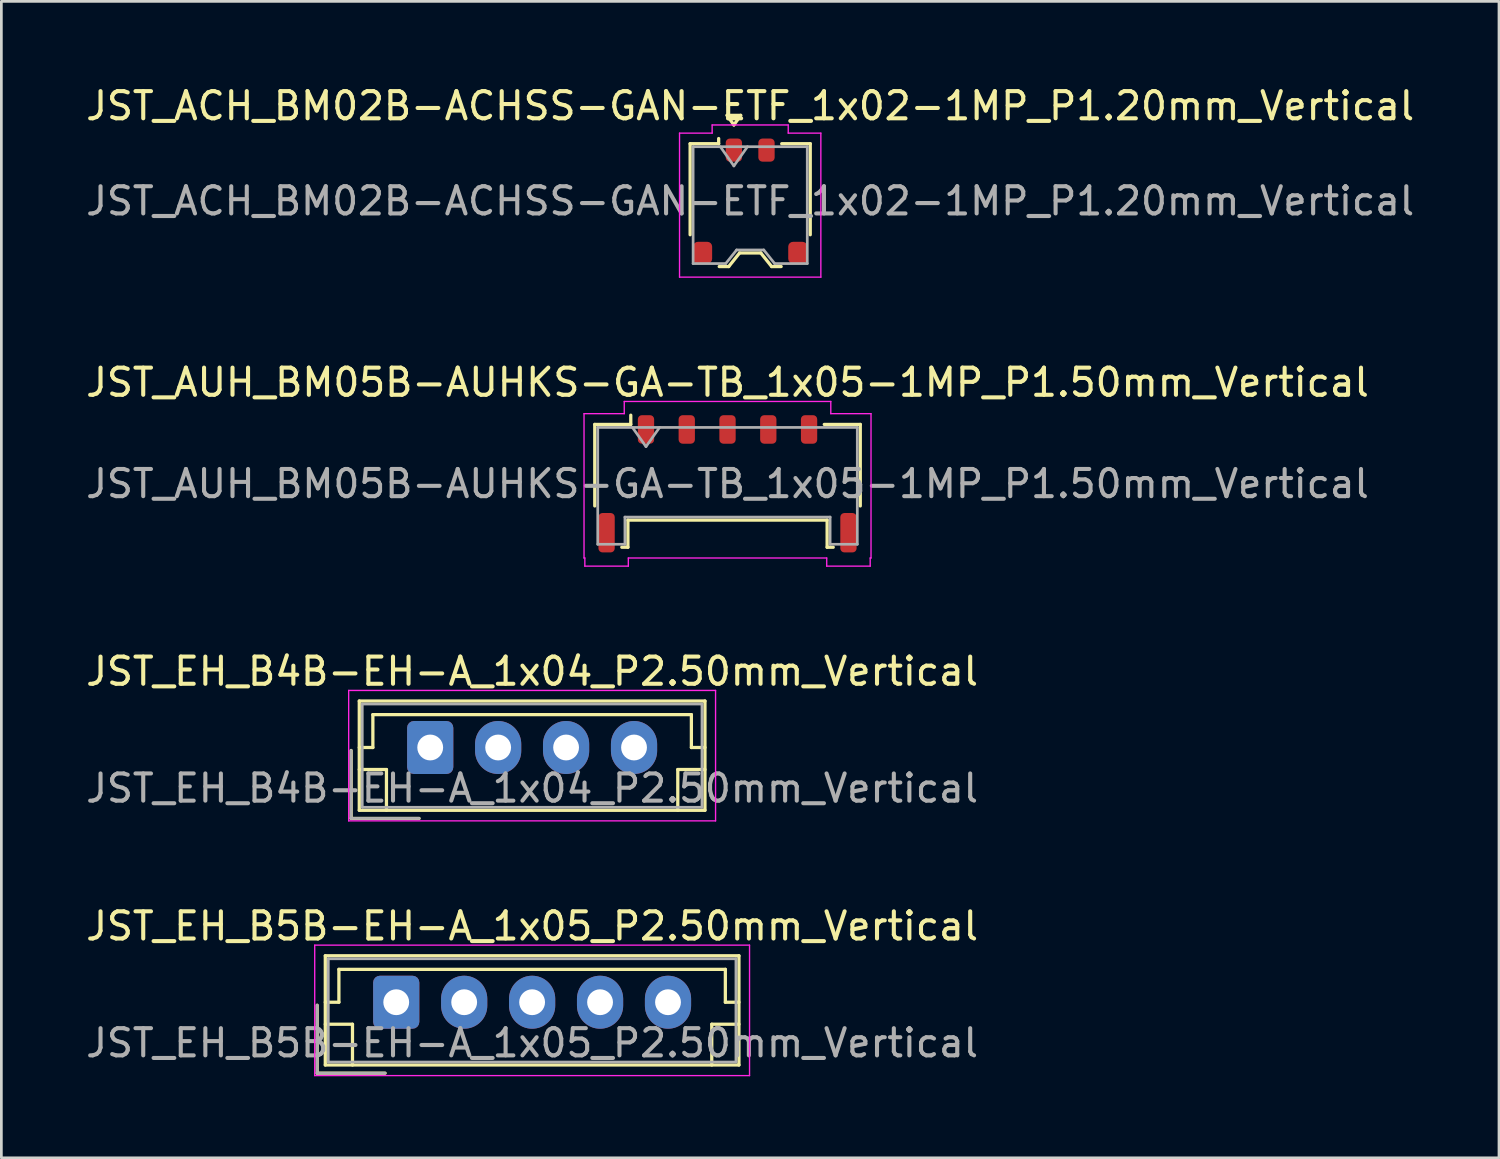
<source format=kicad_pcb>
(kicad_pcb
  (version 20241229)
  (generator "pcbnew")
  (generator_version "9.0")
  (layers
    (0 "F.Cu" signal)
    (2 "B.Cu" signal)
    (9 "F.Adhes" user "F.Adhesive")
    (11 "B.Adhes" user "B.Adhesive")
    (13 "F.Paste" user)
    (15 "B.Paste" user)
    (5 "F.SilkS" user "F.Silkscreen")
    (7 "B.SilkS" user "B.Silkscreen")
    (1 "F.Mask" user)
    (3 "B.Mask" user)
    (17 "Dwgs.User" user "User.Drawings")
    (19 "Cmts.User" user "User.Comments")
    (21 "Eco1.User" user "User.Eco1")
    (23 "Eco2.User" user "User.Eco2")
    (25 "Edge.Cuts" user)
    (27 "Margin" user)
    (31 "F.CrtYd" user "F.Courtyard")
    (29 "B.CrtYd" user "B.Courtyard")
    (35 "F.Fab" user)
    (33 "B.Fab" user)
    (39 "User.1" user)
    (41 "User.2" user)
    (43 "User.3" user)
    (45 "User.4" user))
  (footprint "JST_ACH_BM02B-ACHSS-GAN-ETF_1x02-1MP_P1.20mm_Vertical"
    (layer "F.Cu")
    (at 24.554 4.348)
    (property "Reference" "JST_ACH_BM02B-ACHSS-GAN-ETF_1x02-1MP_P1.20mm_Vertical" (at 0 -3.5 0) (layer "F.SilkS") (effects (font (size 1 1) (thickness 0.15))))
    (attr smd)
    (fp_line (start -2.21 -2.11) (end -1.16 -2.11) (stroke (width 0.12) (type solid)) (layer "F.SilkS"))
    (fp_line (start -2.21 1.24) (end -2.21 -2.11) (stroke (width 0.12) (type solid)) (layer "F.SilkS"))
    (fp_line (start -1.16 -2.11) (end -1.16 -2.3) (stroke (width 0.12) (type solid)) (layer "F.SilkS"))
    (fp_line (start -1.14 2.41) (end -0.79 2.41) (stroke (width 0.12) (type solid)) (layer "F.SilkS"))
    (fp_line (start -0.85 -3.154) (end -0.6 -2.8) (stroke (width 0.12) (type solid)) (layer "F.SilkS"))
    (fp_line (start -0.79 2.41) (end -0.39 1.91) (stroke (width 0.12) (type solid)) (layer "F.SilkS"))
    (fp_line (start -0.6 -2.8) (end -0.35 -3.154) (stroke (width 0.12) (type solid)) (layer "F.SilkS"))
    (fp_line (start -0.39 1.91) (end 0.39 1.91) (stroke (width 0.12) (type solid)) (layer "F.SilkS"))
    (fp_line (start -0.35 -3.154) (end -0.85 -3.154) (stroke (width 0.12) (type solid)) (layer "F.SilkS"))
    (fp_line (start 0.39 1.91) (end 0.79 2.41) (stroke (width 0.12) (type solid)) (layer "F.SilkS"))
    (fp_line (start 0.79 2.41) (end 1.14 2.41) (stroke (width 0.12) (type solid)) (layer "F.SilkS"))
    (fp_line (start 2.21 -2.11) (end 1.16 -2.11) (stroke (width 0.12) (type solid)) (layer "F.SilkS"))
    (fp_line (start 2.21 1.24) (end 2.21 -2.11) (stroke (width 0.12) (type solid)) (layer "F.SilkS"))
    (fp_line (start -2.6 -2.5) (end -1.4 -2.5) (stroke (width 0.05) (type solid)) (layer "F.CrtYd"))
    (fp_line (start -2.6 2.8) (end -2.6 -2.5) (stroke (width 0.05) (type solid)) (layer "F.CrtYd"))
    (fp_line (start -1.4 -2.8) (end 1.4 -2.8) (stroke (width 0.05) (type solid)) (layer "F.CrtYd"))
    (fp_line (start -1.4 -2.5) (end -1.4 -2.8) (stroke (width 0.05) (type solid)) (layer "F.CrtYd"))
    (fp_line (start 1.4 -2.8) (end 1.4 -2.5) (stroke (width 0.05) (type solid)) (layer "F.CrtYd"))
    (fp_line (start 1.4 -2.5) (end 2.6 -2.5) (stroke (width 0.05) (type solid)) (layer "F.CrtYd"))
    (fp_line (start 2.6 -2.5) (end 2.6 2.8) (stroke (width 0.05) (type solid)) (layer "F.CrtYd"))
    (fp_line (start 2.6 2.8) (end -2.6 2.8) (stroke (width 0.05) (type solid)) (layer "F.CrtYd"))
    (fp_line (start -2.1 -2) (end -2.1 2.3) (stroke (width 0.1) (type solid)) (layer "F.Fab"))
    (fp_line (start -2.1 -2) (end 2.1 -2) (stroke (width 0.1) (type solid)) (layer "F.Fab"))
    (fp_line (start -2.1 2.3) (end -0.9 2.3) (stroke (width 0.1) (type solid)) (layer "F.Fab"))
    (fp_line (start -1.1 -2) (end -0.6 -1.293) (stroke (width 0.1) (type solid)) (layer "F.Fab"))
    (fp_line (start -0.9 2.3) (end -0.5 1.8) (stroke (width 0.1) (type solid)) (layer "F.Fab"))
    (fp_line (start -0.6 -1.293) (end -0.1 -2) (stroke (width 0.1) (type solid)) (layer "F.Fab"))
    (fp_line (start -0.5 1.8) (end 0.5 1.8) (stroke (width 0.1) (type solid)) (layer "F.Fab"))
    (fp_line (start 0.5 1.8) (end 0.9 2.3) (stroke (width 0.1) (type solid)) (layer "F.Fab"))
    (fp_line (start 0.9 2.3) (end 2.1 2.3) (stroke (width 0.1) (type solid)) (layer "F.Fab"))
    (fp_line (start 2.1 -2) (end 2.1 2.3) (stroke (width 0.1) (type solid)) (layer "F.Fab"))
    (fp_text user "${REFERENCE}" (at 0 0 0) (layer "F.Fab") (effects (font (size 1 1) (thickness 0.15))))
    (pad "1" smd roundrect (at -0.6 -1.875) (size 0.6 0.85) (layers "F.Cu" "F.Mask" "F.Paste") (roundrect_rratio 0.25))
    (pad "2" smd roundrect (at 0.6 -1.875) (size 0.6 0.85) (layers "F.Cu" "F.Mask" "F.Paste") (roundrect_rratio 0.25))
    (pad "MP" smd roundrect (at -1.75 1.9) (size 0.7 0.8) (layers "F.Cu" "F.Mask" "F.Paste") (roundrect_rratio 0.25))
    (pad "MP" smd roundrect (at 1.75 1.9) (size 0.7 0.8) (layers "F.Cu" "F.Mask" "F.Paste") (roundrect_rratio 0.25)))
  (footprint "JST_EH_B4B-EH-A_1x04_P2.50mm_Vertical"
    (layer "F.Cu")
    (at 12.78 24.455)
    (property "Reference" "JST_EH_B4B-EH-A_1x04_P2.50mm_Vertical" (at 3.75 -2.8 0) (layer "F.SilkS") (effects (font (size 1 1) (thickness 0.15))))
    (attr through_hole)
    (fp_line (start -2.91 0.11) (end -2.91 2.61) (stroke (width 0.12) (type solid)) (layer "F.SilkS"))
    (fp_line (start -2.91 2.61) (end -0.41 2.61) (stroke (width 0.12) (type solid)) (layer "F.SilkS"))
    (fp_line (start -2.61 -1.71) (end -2.61 2.31) (stroke (width 0.12) (type solid)) (layer "F.SilkS"))
    (fp_line (start -2.61 0) (end -2.11 0) (stroke (width 0.12) (type solid)) (layer "F.SilkS"))
    (fp_line (start -2.61 0.81) (end -1.61 0.81) (stroke (width 0.12) (type solid)) (layer "F.SilkS"))
    (fp_line (start -2.61 2.31) (end 10.11 2.31) (stroke (width 0.12) (type solid)) (layer "F.SilkS"))
    (fp_line (start -2.11 -1.21) (end 9.61 -1.21) (stroke (width 0.12) (type solid)) (layer "F.SilkS"))
    (fp_line (start -2.11 0) (end -2.11 -1.21) (stroke (width 0.12) (type solid)) (layer "F.SilkS"))
    (fp_line (start -1.61 0.81) (end -1.61 2.31) (stroke (width 0.12) (type solid)) (layer "F.SilkS"))
    (fp_line (start 9.11 0.81) (end 9.11 2.31) (stroke (width 0.12) (type solid)) (layer "F.SilkS"))
    (fp_line (start 9.61 -1.21) (end 9.61 0) (stroke (width 0.12) (type solid)) (layer "F.SilkS"))
    (fp_line (start 9.61 0) (end 10.11 0) (stroke (width 0.12) (type solid)) (layer "F.SilkS"))
    (fp_line (start 10.11 -1.71) (end -2.61 -1.71) (stroke (width 0.12) (type solid)) (layer "F.SilkS"))
    (fp_line (start 10.11 0.81) (end 9.11 0.81) (stroke (width 0.12) (type solid)) (layer "F.SilkS"))
    (fp_line (start 10.11 2.31) (end 10.11 -1.71) (stroke (width 0.12) (type solid)) (layer "F.SilkS"))
    (fp_line (start -3 -2.1) (end -3 2.7) (stroke (width 0.05) (type solid)) (layer "F.CrtYd"))
    (fp_line (start -3 2.7) (end 10.5 2.7) (stroke (width 0.05) (type solid)) (layer "F.CrtYd"))
    (fp_line (start 10.5 -2.1) (end -3 -2.1) (stroke (width 0.05) (type solid)) (layer "F.CrtYd"))
    (fp_line (start 10.5 2.7) (end 10.5 -2.1) (stroke (width 0.05) (type solid)) (layer "F.CrtYd"))
    (fp_line (start -2.91 0.11) (end -2.91 2.61) (stroke (width 0.1) (type solid)) (layer "F.Fab"))
    (fp_line (start -2.91 2.61) (end -0.41 2.61) (stroke (width 0.1) (type solid)) (layer "F.Fab"))
    (fp_line (start -2.5 -1.6) (end -2.5 2.2) (stroke (width 0.1) (type solid)) (layer "F.Fab"))
    (fp_line (start -2.5 2.2) (end 10 2.2) (stroke (width 0.1) (type solid)) (layer "F.Fab"))
    (fp_line (start 10 -1.6) (end -2.5 -1.6) (stroke (width 0.1) (type solid)) (layer "F.Fab"))
    (fp_line (start 10 2.2) (end 10 -1.6) (stroke (width 0.1) (type solid)) (layer "F.Fab"))
    (fp_text user "${REFERENCE}" (at 3.75 1.5 0) (layer "F.Fab") (effects (font (size 1 1) (thickness 0.15))))
    (pad "1" thru_hole roundrect (at 0 0) (size 1.7 1.95) (drill 0.95) (layers "*.Cu" "*.Mask") (roundrect_rratio 0.147))
    (pad "2" thru_hole oval (at 2.5 0) (size 1.7 1.95) (drill 0.95) (layers "*.Cu" "*.Mask"))
    (pad "3" thru_hole oval (at 5 0) (size 1.7 1.95) (drill 0.95) (layers "*.Cu" "*.Mask"))
    (pad "4" thru_hole oval (at 7.5 0) (size 1.7 1.95) (drill 0.95) (layers "*.Cu" "*.Mask")))
  (footprint "JST_EH_B5B-EH-A_1x05_P2.50mm_Vertical"
    (layer "F.Cu")
    (at 11.53 33.828)
    (property "Reference" "JST_EH_B5B-EH-A_1x05_P2.50mm_Vertical" (at 5 -2.8 0) (layer "F.SilkS") (effects (font (size 1 1) (thickness 0.15))))
    (attr through_hole)
    (fp_line (start -2.91 0.11) (end -2.91 2.61) (stroke (width 0.12) (type solid)) (layer "F.SilkS"))
    (fp_line (start -2.91 2.61) (end -0.41 2.61) (stroke (width 0.12) (type solid)) (layer "F.SilkS"))
    (fp_line (start -2.61 -1.71) (end -2.61 2.31) (stroke (width 0.12) (type solid)) (layer "F.SilkS"))
    (fp_line (start -2.61 0) (end -2.11 0) (stroke (width 0.12) (type solid)) (layer "F.SilkS"))
    (fp_line (start -2.61 0.81) (end -1.61 0.81) (stroke (width 0.12) (type solid)) (layer "F.SilkS"))
    (fp_line (start -2.61 2.31) (end 12.61 2.31) (stroke (width 0.12) (type solid)) (layer "F.SilkS"))
    (fp_line (start -2.11 -1.21) (end 12.11 -1.21) (stroke (width 0.12) (type solid)) (layer "F.SilkS"))
    (fp_line (start -2.11 0) (end -2.11 -1.21) (stroke (width 0.12) (type solid)) (layer "F.SilkS"))
    (fp_line (start -1.61 0.81) (end -1.61 2.31) (stroke (width 0.12) (type solid)) (layer "F.SilkS"))
    (fp_line (start 11.61 0.81) (end 11.61 2.31) (stroke (width 0.12) (type solid)) (layer "F.SilkS"))
    (fp_line (start 12.11 -1.21) (end 12.11 0) (stroke (width 0.12) (type solid)) (layer "F.SilkS"))
    (fp_line (start 12.11 0) (end 12.61 0) (stroke (width 0.12) (type solid)) (layer "F.SilkS"))
    (fp_line (start 12.61 -1.71) (end -2.61 -1.71) (stroke (width 0.12) (type solid)) (layer "F.SilkS"))
    (fp_line (start 12.61 0.81) (end 11.61 0.81) (stroke (width 0.12) (type solid)) (layer "F.SilkS"))
    (fp_line (start 12.61 2.31) (end 12.61 -1.71) (stroke (width 0.12) (type solid)) (layer "F.SilkS"))
    (fp_line (start -3 -2.1) (end -3 2.7) (stroke (width 0.05) (type solid)) (layer "F.CrtYd"))
    (fp_line (start -3 2.7) (end 13 2.7) (stroke (width 0.05) (type solid)) (layer "F.CrtYd"))
    (fp_line (start 13 -2.1) (end -3 -2.1) (stroke (width 0.05) (type solid)) (layer "F.CrtYd"))
    (fp_line (start 13 2.7) (end 13 -2.1) (stroke (width 0.05) (type solid)) (layer "F.CrtYd"))
    (fp_line (start -2.91 0.11) (end -2.91 2.61) (stroke (width 0.1) (type solid)) (layer "F.Fab"))
    (fp_line (start -2.91 2.61) (end -0.41 2.61) (stroke (width 0.1) (type solid)) (layer "F.Fab"))
    (fp_line (start -2.5 -1.6) (end -2.5 2.2) (stroke (width 0.1) (type solid)) (layer "F.Fab"))
    (fp_line (start -2.5 2.2) (end 12.5 2.2) (stroke (width 0.1) (type solid)) (layer "F.Fab"))
    (fp_line (start 12.5 -1.6) (end -2.5 -1.6) (stroke (width 0.1) (type solid)) (layer "F.Fab"))
    (fp_line (start 12.5 2.2) (end 12.5 -1.6) (stroke (width 0.1) (type solid)) (layer "F.Fab"))
    (fp_text user "${REFERENCE}" (at 5 1.5 0) (layer "F.Fab") (effects (font (size 1 1) (thickness 0.15))))
    (pad "1" thru_hole roundrect (at 0 0) (size 1.7 1.95) (drill 0.95) (layers "*.Cu" "*.Mask") (roundrect_rratio 0.147))
    (pad "2" thru_hole oval (at 2.5 0) (size 1.7 1.95) (drill 0.95) (layers "*.Cu" "*.Mask"))
    (pad "3" thru_hole oval (at 5 0) (size 1.7 1.95) (drill 0.95) (layers "*.Cu" "*.Mask"))
    (pad "4" thru_hole oval (at 7.5 0) (size 1.7 1.95) (drill 0.95) (layers "*.Cu" "*.Mask"))
    (pad "5" thru_hole oval (at 10 0) (size 1.7 1.95) (drill 0.95) (layers "*.Cu" "*.Mask")))
  (footprint "JST_AUH_BM05B-AUHKS-GA-TB_1x05-1MP_P1.50mm_Vertical"
    (layer "F.Cu")
    (at 23.72 14.752)
    (property "Reference" "JST_AUH_BM05B-AUHKS-GA-TB_1x05-1MP_P1.50mm_Vertical" (at 0 -3.73 0) (layer "F.SilkS") (effects (font (size 1 1) (thickness 0.15))))
    (attr smd)
    (fp_line (start -4.885 -2.185) (end -3.56 -2.185) (stroke (width 0.12) (type solid)) (layer "F.SilkS"))
    (fp_line (start -4.885 0.815) (end -4.885 -2.185) (stroke (width 0.12) (type solid)) (layer "F.SilkS"))
    (fp_line (start -3.89 2.335) (end -3.665 2.335) (stroke (width 0.12) (type solid)) (layer "F.SilkS"))
    (fp_line (start -3.665 1.335) (end 3.665 1.335) (stroke (width 0.12) (type solid)) (layer "F.SilkS"))
    (fp_line (start -3.665 2.335) (end -3.665 1.335) (stroke (width 0.12) (type solid)) (layer "F.SilkS"))
    (fp_line (start -3.56 -2.185) (end -3.56 -2.525) (stroke (width 0.12) (type solid)) (layer "F.SilkS"))
    (fp_line (start 3.665 1.335) (end 3.665 2.335) (stroke (width 0.12) (type solid)) (layer "F.SilkS"))
    (fp_line (start 3.665 2.335) (end 3.89 2.335) (stroke (width 0.12) (type solid)) (layer "F.SilkS"))
    (fp_line (start 4.885 -2.185) (end 3.56 -2.185) (stroke (width 0.12) (type solid)) (layer "F.SilkS"))
    (fp_line (start 4.885 0.815) (end 4.885 -2.185) (stroke (width 0.12) (type solid)) (layer "F.SilkS"))
    (fp_line (start -5.28 -2.58) (end -3.8 -2.58) (stroke (width 0.05) (type solid)) (layer "F.CrtYd"))
    (fp_line (start -5.28 2.73) (end -5.28 -2.58) (stroke (width 0.05) (type solid)) (layer "F.CrtYd"))
    (fp_line (start -5.25 2.73) (end -5.28 2.73) (stroke (width 0.05) (type solid)) (layer "F.CrtYd"))
    (fp_line (start -5.25 3.03) (end -5.25 2.73) (stroke (width 0.05) (type solid)) (layer "F.CrtYd"))
    (fp_line (start -3.8 -3.03) (end 3.8 -3.03) (stroke (width 0.05) (type solid)) (layer "F.CrtYd"))
    (fp_line (start -3.8 -2.58) (end -3.8 -3.03) (stroke (width 0.05) (type solid)) (layer "F.CrtYd"))
    (fp_line (start -3.65 2.73) (end -3.65 3.03) (stroke (width 0.05) (type solid)) (layer "F.CrtYd"))
    (fp_line (start -3.65 3.03) (end -5.25 3.03) (stroke (width 0.05) (type solid)) (layer "F.CrtYd"))
    (fp_line (start 3.65 2.73) (end -3.65 2.73) (stroke (width 0.05) (type solid)) (layer "F.CrtYd"))
    (fp_line (start 3.65 3.03) (end 3.65 2.73) (stroke (width 0.05) (type solid)) (layer "F.CrtYd"))
    (fp_line (start 3.8 -3.03) (end 3.8 -2.58) (stroke (width 0.05) (type solid)) (layer "F.CrtYd"))
    (fp_line (start 3.8 -2.58) (end 5.28 -2.58) (stroke (width 0.05) (type solid)) (layer "F.CrtYd"))
    (fp_line (start 5.25 2.73) (end 5.25 3.03) (stroke (width 0.05) (type solid)) (layer "F.CrtYd"))
    (fp_line (start 5.25 3.03) (end 3.65 3.03) (stroke (width 0.05) (type solid)) (layer "F.CrtYd"))
    (fp_line (start 5.28 -2.58) (end 5.28 2.73) (stroke (width 0.05) (type solid)) (layer "F.CrtYd"))
    (fp_line (start 5.28 2.73) (end 5.25 2.73) (stroke (width 0.05) (type solid)) (layer "F.CrtYd"))
    (fp_line (start -4.775 -2.075) (end -4.775 2.225) (stroke (width 0.1) (type solid)) (layer "F.Fab"))
    (fp_line (start -4.775 -2.075) (end 4.775 -2.075) (stroke (width 0.1) (type solid)) (layer "F.Fab"))
    (fp_line (start -4.775 2.225) (end -3.775 2.225) (stroke (width 0.1) (type solid)) (layer "F.Fab"))
    (fp_line (start -3.775 1.225) (end 3.775 1.225) (stroke (width 0.1) (type solid)) (layer "F.Fab"))
    (fp_line (start -3.775 2.225) (end -3.775 1.225) (stroke (width 0.1) (type solid)) (layer "F.Fab"))
    (fp_line (start -3.5 -2.075) (end -3 -1.368) (stroke (width 0.1) (type solid)) (layer "F.Fab"))
    (fp_line (start -3 -1.368) (end -2.5 -2.075) (stroke (width 0.1) (type solid)) (layer "F.Fab"))
    (fp_line (start 3.775 1.225) (end 3.775 2.225) (stroke (width 0.1) (type solid)) (layer "F.Fab"))
    (fp_line (start 3.775 2.225) (end 4.775 2.225) (stroke (width 0.1) (type solid)) (layer "F.Fab"))
    (fp_line (start 4.775 -2.075) (end 4.775 2.225) (stroke (width 0.1) (type solid)) (layer "F.Fab"))
    (fp_text user "${REFERENCE}" (at 0 0 0) (layer "F.Fab") (effects (font (size 1 1) (thickness 0.15))))
    (pad "1" smd roundrect (at -3 -2) (size 0.6 1.05) (layers "F.Cu" "F.Mask" "F.Paste") (roundrect_rratio 0.25))
    (pad "2" smd roundrect (at -1.5 -2) (size 0.6 1.05) (layers "F.Cu" "F.Mask" "F.Paste") (roundrect_rratio 0.25))
    (pad "3" smd roundrect (at 0 -2) (size 0.6 1.05) (layers "F.Cu" "F.Mask" "F.Paste") (roundrect_rratio 0.25))
    (pad "4" smd roundrect (at 1.5 -2) (size 0.6 1.05) (layers "F.Cu" "F.Mask" "F.Paste") (roundrect_rratio 0.25))
    (pad "5" smd roundrect (at 3 -2) (size 0.6 1.05) (layers "F.Cu" "F.Mask" "F.Paste") (roundrect_rratio 0.25))
    (pad "MP" smd roundrect (at -4.45 1.8) (size 0.6 1.45) (layers "F.Cu" "F.Mask" "F.Paste") (roundrect_rratio 0.25))
    (pad "MP" smd roundrect (at 4.45 1.8) (size 0.6 1.45) (layers "F.Cu" "F.Mask" "F.Paste") (roundrect_rratio 0.25)))
  (gr_rect
    (start -3 -3)
    (end 52.107 39.553)
    (stroke (width 0.1) (type default))
    (fill no)
    (layer "Edge.Cuts")))
</source>
